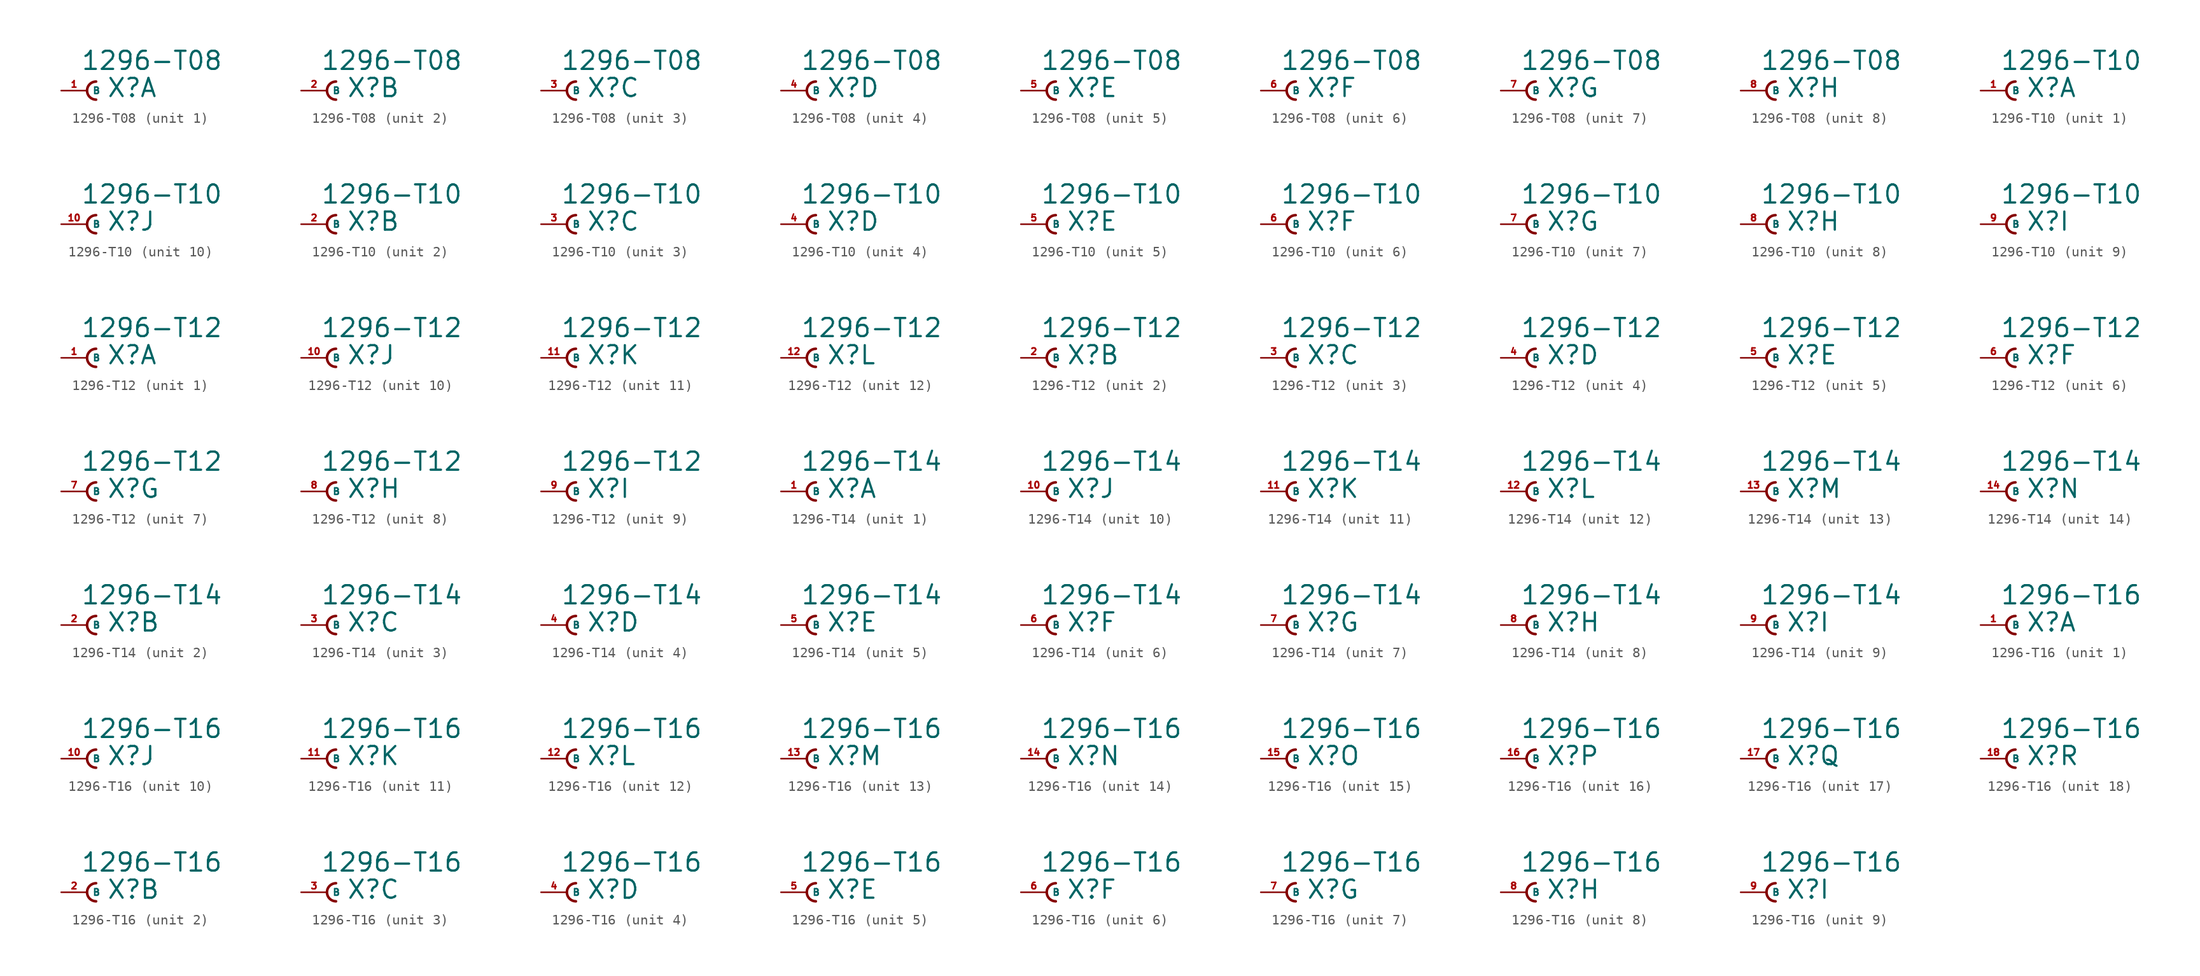
<source format=kicad_sym>
(kicad_symbol_lib
  (version 20220914)
  (generator Eagle2Kicad)
  (symbol "1296-T08"
    (property "Reference" "X"
      (at 1.905 -0.762 0)
      (effects (font (size 1.778 1.778) (thickness 0.22)) (justify left bottom)))
    (property "Value" "1296-T08"
      (at -0.635 1.905 0)
      (effects (font (size 1.778 1.778) (thickness 0.22)) (justify left bottom)))
    (symbol "1296-T08_1_0"
      (arc (start 0.889 0.889) (mid 0.000 0.000) (end 0.889 -0.889) (stroke (width 0.254) (type default)) (fill (type none)))
      (pin passive line (at -2.54 0 0) (length 2.54) (name "B" (effects (font (size 0.635 0.635) (thickness 0.08)) (justify left bottom))) (number "1" (effects (font (size 0.635 0.635) (thickness 0.08)) (justify left bottom)))))
    (symbol "1296-T08_2_0"
      (arc (start 0.889 0.889) (mid 0.000 0.000) (end 0.889 -0.889) (stroke (width 0.254) (type default)) (fill (type none)))
      (pin passive line (at -2.54 0 0) (length 2.54) (name "B" (effects (font (size 0.635 0.635) (thickness 0.08)) (justify left bottom))) (number "2" (effects (font (size 0.635 0.635) (thickness 0.08)) (justify left bottom)))))
    (symbol "1296-T08_3_0"
      (arc (start 0.889 0.889) (mid 0.000 0.000) (end 0.889 -0.889) (stroke (width 0.254) (type default)) (fill (type none)))
      (pin passive line (at -2.54 0 0) (length 2.54) (name "B" (effects (font (size 0.635 0.635) (thickness 0.08)) (justify left bottom))) (number "3" (effects (font (size 0.635 0.635) (thickness 0.08)) (justify left bottom)))))
    (symbol "1296-T08_4_0"
      (arc (start 0.889 0.889) (mid 0.000 0.000) (end 0.889 -0.889) (stroke (width 0.254) (type default)) (fill (type none)))
      (pin passive line (at -2.54 0 0) (length 2.54) (name "B" (effects (font (size 0.635 0.635) (thickness 0.08)) (justify left bottom))) (number "4" (effects (font (size 0.635 0.635) (thickness 0.08)) (justify left bottom)))))
    (symbol "1296-T08_5_0"
      (arc (start 0.889 0.889) (mid 0.000 0.000) (end 0.889 -0.889) (stroke (width 0.254) (type default)) (fill (type none)))
      (pin passive line (at -2.54 0 0) (length 2.54) (name "B" (effects (font (size 0.635 0.635) (thickness 0.08)) (justify left bottom))) (number "5" (effects (font (size 0.635 0.635) (thickness 0.08)) (justify left bottom)))))
    (symbol "1296-T08_6_0"
      (arc (start 0.889 0.889) (mid 0.000 0.000) (end 0.889 -0.889) (stroke (width 0.254) (type default)) (fill (type none)))
      (pin passive line (at -2.54 0 0) (length 2.54) (name "B" (effects (font (size 0.635 0.635) (thickness 0.08)) (justify left bottom))) (number "6" (effects (font (size 0.635 0.635) (thickness 0.08)) (justify left bottom)))))
    (symbol "1296-T08_7_0"
      (arc (start 0.889 0.889) (mid 0.000 0.000) (end 0.889 -0.889) (stroke (width 0.254) (type default)) (fill (type none)))
      (pin passive line (at -2.54 0 0) (length 2.54) (name "B" (effects (font (size 0.635 0.635) (thickness 0.08)) (justify left bottom))) (number "7" (effects (font (size 0.635 0.635) (thickness 0.08)) (justify left bottom)))))
    (symbol "1296-T08_8_0"
      (arc (start 0.889 0.889) (mid 0.000 0.000) (end 0.889 -0.889) (stroke (width 0.254) (type default)) (fill (type none)))
      (pin passive line (at -2.54 0 0) (length 2.54) (name "B" (effects (font (size 0.635 0.635) (thickness 0.08)) (justify left bottom))) (number "8" (effects (font (size 0.635 0.635) (thickness 0.08)) (justify left bottom))))))
  (symbol "1296-T10"
    (property "Reference" "X"
      (at 1.905 -0.762 0)
      (effects (font (size 1.778 1.778) (thickness 0.22)) (justify left bottom)))
    (property "Value" "1296-T10"
      (at -0.635 1.905 0)
      (effects (font (size 1.778 1.778) (thickness 0.22)) (justify left bottom)))
    (symbol "1296-T10_1_0"
      (arc (start 0.889 0.889) (mid 0.000 0.000) (end 0.889 -0.889) (stroke (width 0.254) (type default)) (fill (type none)))
      (pin passive line (at -2.54 0 0) (length 2.54) (name "B" (effects (font (size 0.635 0.635) (thickness 0.08)) (justify left bottom))) (number "1" (effects (font (size 0.635 0.635) (thickness 0.08)) (justify left bottom)))))
    (symbol "1296-T10_2_0"
      (arc (start 0.889 0.889) (mid 0.000 0.000) (end 0.889 -0.889) (stroke (width 0.254) (type default)) (fill (type none)))
      (pin passive line (at -2.54 0 0) (length 2.54) (name "B" (effects (font (size 0.635 0.635) (thickness 0.08)) (justify left bottom))) (number "2" (effects (font (size 0.635 0.635) (thickness 0.08)) (justify left bottom)))))
    (symbol "1296-T10_3_0"
      (arc (start 0.889 0.889) (mid 0.000 0.000) (end 0.889 -0.889) (stroke (width 0.254) (type default)) (fill (type none)))
      (pin passive line (at -2.54 0 0) (length 2.54) (name "B" (effects (font (size 0.635 0.635) (thickness 0.08)) (justify left bottom))) (number "3" (effects (font (size 0.635 0.635) (thickness 0.08)) (justify left bottom)))))
    (symbol "1296-T10_4_0"
      (arc (start 0.889 0.889) (mid 0.000 0.000) (end 0.889 -0.889) (stroke (width 0.254) (type default)) (fill (type none)))
      (pin passive line (at -2.54 0 0) (length 2.54) (name "B" (effects (font (size 0.635 0.635) (thickness 0.08)) (justify left bottom))) (number "4" (effects (font (size 0.635 0.635) (thickness 0.08)) (justify left bottom)))))
    (symbol "1296-T10_5_0"
      (arc (start 0.889 0.889) (mid 0.000 0.000) (end 0.889 -0.889) (stroke (width 0.254) (type default)) (fill (type none)))
      (pin passive line (at -2.54 0 0) (length 2.54) (name "B" (effects (font (size 0.635 0.635) (thickness 0.08)) (justify left bottom))) (number "5" (effects (font (size 0.635 0.635) (thickness 0.08)) (justify left bottom)))))
    (symbol "1296-T10_6_0"
      (arc (start 0.889 0.889) (mid 0.000 0.000) (end 0.889 -0.889) (stroke (width 0.254) (type default)) (fill (type none)))
      (pin passive line (at -2.54 0 0) (length 2.54) (name "B" (effects (font (size 0.635 0.635) (thickness 0.08)) (justify left bottom))) (number "6" (effects (font (size 0.635 0.635) (thickness 0.08)) (justify left bottom)))))
    (symbol "1296-T10_7_0"
      (arc (start 0.889 0.889) (mid 0.000 0.000) (end 0.889 -0.889) (stroke (width 0.254) (type default)) (fill (type none)))
      (pin passive line (at -2.54 0 0) (length 2.54) (name "B" (effects (font (size 0.635 0.635) (thickness 0.08)) (justify left bottom))) (number "7" (effects (font (size 0.635 0.635) (thickness 0.08)) (justify left bottom)))))
    (symbol "1296-T10_8_0"
      (arc (start 0.889 0.889) (mid 0.000 0.000) (end 0.889 -0.889) (stroke (width 0.254) (type default)) (fill (type none)))
      (pin passive line (at -2.54 0 0) (length 2.54) (name "B" (effects (font (size 0.635 0.635) (thickness 0.08)) (justify left bottom))) (number "8" (effects (font (size 0.635 0.635) (thickness 0.08)) (justify left bottom)))))
    (symbol "1296-T10_9_0"
      (arc (start 0.889 0.889) (mid 0.000 0.000) (end 0.889 -0.889) (stroke (width 0.254) (type default)) (fill (type none)))
      (pin passive line (at -2.54 0 0) (length 2.54) (name "B" (effects (font (size 0.635 0.635) (thickness 0.08)) (justify left bottom))) (number "9" (effects (font (size 0.635 0.635) (thickness 0.08)) (justify left bottom)))))
    (symbol "1296-T10_10_0"
      (arc (start 0.889 0.889) (mid 0.000 0.000) (end 0.889 -0.889) (stroke (width 0.254) (type default)) (fill (type none)))
      (pin passive line (at -2.54 0 0) (length 2.54) (name "B" (effects (font (size 0.635 0.635) (thickness 0.08)) (justify left bottom))) (number "10" (effects (font (size 0.635 0.635) (thickness 0.08)) (justify left bottom))))))
  (symbol "1296-T12"
    (property "Reference" "X"
      (at 1.905 -0.762 0)
      (effects (font (size 1.778 1.778) (thickness 0.22)) (justify left bottom)))
    (property "Value" "1296-T12"
      (at -0.635 1.905 0)
      (effects (font (size 1.778 1.778) (thickness 0.22)) (justify left bottom)))
    (symbol "1296-T12_1_0"
      (arc (start 0.889 0.889) (mid 0.000 0.000) (end 0.889 -0.889) (stroke (width 0.254) (type default)) (fill (type none)))
      (pin passive line (at -2.54 0 0) (length 2.54) (name "B" (effects (font (size 0.635 0.635) (thickness 0.08)) (justify left bottom))) (number "1" (effects (font (size 0.635 0.635) (thickness 0.08)) (justify left bottom)))))
    (symbol "1296-T12_2_0"
      (arc (start 0.889 0.889) (mid 0.000 0.000) (end 0.889 -0.889) (stroke (width 0.254) (type default)) (fill (type none)))
      (pin passive line (at -2.54 0 0) (length 2.54) (name "B" (effects (font (size 0.635 0.635) (thickness 0.08)) (justify left bottom))) (number "2" (effects (font (size 0.635 0.635) (thickness 0.08)) (justify left bottom)))))
    (symbol "1296-T12_3_0"
      (arc (start 0.889 0.889) (mid 0.000 0.000) (end 0.889 -0.889) (stroke (width 0.254) (type default)) (fill (type none)))
      (pin passive line (at -2.54 0 0) (length 2.54) (name "B" (effects (font (size 0.635 0.635) (thickness 0.08)) (justify left bottom))) (number "3" (effects (font (size 0.635 0.635) (thickness 0.08)) (justify left bottom)))))
    (symbol "1296-T12_4_0"
      (arc (start 0.889 0.889) (mid 0.000 0.000) (end 0.889 -0.889) (stroke (width 0.254) (type default)) (fill (type none)))
      (pin passive line (at -2.54 0 0) (length 2.54) (name "B" (effects (font (size 0.635 0.635) (thickness 0.08)) (justify left bottom))) (number "4" (effects (font (size 0.635 0.635) (thickness 0.08)) (justify left bottom)))))
    (symbol "1296-T12_5_0"
      (arc (start 0.889 0.889) (mid 0.000 0.000) (end 0.889 -0.889) (stroke (width 0.254) (type default)) (fill (type none)))
      (pin passive line (at -2.54 0 0) (length 2.54) (name "B" (effects (font (size 0.635 0.635) (thickness 0.08)) (justify left bottom))) (number "5" (effects (font (size 0.635 0.635) (thickness 0.08)) (justify left bottom)))))
    (symbol "1296-T12_6_0"
      (arc (start 0.889 0.889) (mid 0.000 0.000) (end 0.889 -0.889) (stroke (width 0.254) (type default)) (fill (type none)))
      (pin passive line (at -2.54 0 0) (length 2.54) (name "B" (effects (font (size 0.635 0.635) (thickness 0.08)) (justify left bottom))) (number "6" (effects (font (size 0.635 0.635) (thickness 0.08)) (justify left bottom)))))
    (symbol "1296-T12_7_0"
      (arc (start 0.889 0.889) (mid 0.000 0.000) (end 0.889 -0.889) (stroke (width 0.254) (type default)) (fill (type none)))
      (pin passive line (at -2.54 0 0) (length 2.54) (name "B" (effects (font (size 0.635 0.635) (thickness 0.08)) (justify left bottom))) (number "7" (effects (font (size 0.635 0.635) (thickness 0.08)) (justify left bottom)))))
    (symbol "1296-T12_8_0"
      (arc (start 0.889 0.889) (mid 0.000 0.000) (end 0.889 -0.889) (stroke (width 0.254) (type default)) (fill (type none)))
      (pin passive line (at -2.54 0 0) (length 2.54) (name "B" (effects (font (size 0.635 0.635) (thickness 0.08)) (justify left bottom))) (number "8" (effects (font (size 0.635 0.635) (thickness 0.08)) (justify left bottom)))))
    (symbol "1296-T12_9_0"
      (arc (start 0.889 0.889) (mid 0.000 0.000) (end 0.889 -0.889) (stroke (width 0.254) (type default)) (fill (type none)))
      (pin passive line (at -2.54 0 0) (length 2.54) (name "B" (effects (font (size 0.635 0.635) (thickness 0.08)) (justify left bottom))) (number "9" (effects (font (size 0.635 0.635) (thickness 0.08)) (justify left bottom)))))
    (symbol "1296-T12_10_0"
      (arc (start 0.889 0.889) (mid 0.000 0.000) (end 0.889 -0.889) (stroke (width 0.254) (type default)) (fill (type none)))
      (pin passive line (at -2.54 0 0) (length 2.54) (name "B" (effects (font (size 0.635 0.635) (thickness 0.08)) (justify left bottom))) (number "10" (effects (font (size 0.635 0.635) (thickness 0.08)) (justify left bottom)))))
    (symbol "1296-T12_11_0"
      (arc (start 0.889 0.889) (mid 0.000 0.000) (end 0.889 -0.889) (stroke (width 0.254) (type default)) (fill (type none)))
      (pin passive line (at -2.54 0 0) (length 2.54) (name "B" (effects (font (size 0.635 0.635) (thickness 0.08)) (justify left bottom))) (number "11" (effects (font (size 0.635 0.635) (thickness 0.08)) (justify left bottom)))))
    (symbol "1296-T12_12_0"
      (arc (start 0.889 0.889) (mid 0.000 0.000) (end 0.889 -0.889) (stroke (width 0.254) (type default)) (fill (type none)))
      (pin passive line (at -2.54 0 0) (length 2.54) (name "B" (effects (font (size 0.635 0.635) (thickness 0.08)) (justify left bottom))) (number "12" (effects (font (size 0.635 0.635) (thickness 0.08)) (justify left bottom))))))
  (symbol "1296-T14"
    (property "Reference" "X"
      (at 1.905 -0.762 0)
      (effects (font (size 1.778 1.778) (thickness 0.22)) (justify left bottom)))
    (property "Value" "1296-T14"
      (at -0.635 1.905 0)
      (effects (font (size 1.778 1.778) (thickness 0.22)) (justify left bottom)))
    (symbol "1296-T14_1_0"
      (arc (start 0.889 0.889) (mid 0.000 0.000) (end 0.889 -0.889) (stroke (width 0.254) (type default)) (fill (type none)))
      (pin passive line (at -2.54 0 0) (length 2.54) (name "B" (effects (font (size 0.635 0.635) (thickness 0.08)) (justify left bottom))) (number "1" (effects (font (size 0.635 0.635) (thickness 0.08)) (justify left bottom)))))
    (symbol "1296-T14_2_0"
      (arc (start 0.889 0.889) (mid 0.000 0.000) (end 0.889 -0.889) (stroke (width 0.254) (type default)) (fill (type none)))
      (pin passive line (at -2.54 0 0) (length 2.54) (name "B" (effects (font (size 0.635 0.635) (thickness 0.08)) (justify left bottom))) (number "2" (effects (font (size 0.635 0.635) (thickness 0.08)) (justify left bottom)))))
    (symbol "1296-T14_3_0"
      (arc (start 0.889 0.889) (mid 0.000 0.000) (end 0.889 -0.889) (stroke (width 0.254) (type default)) (fill (type none)))
      (pin passive line (at -2.54 0 0) (length 2.54) (name "B" (effects (font (size 0.635 0.635) (thickness 0.08)) (justify left bottom))) (number "3" (effects (font (size 0.635 0.635) (thickness 0.08)) (justify left bottom)))))
    (symbol "1296-T14_4_0"
      (arc (start 0.889 0.889) (mid 0.000 0.000) (end 0.889 -0.889) (stroke (width 0.254) (type default)) (fill (type none)))
      (pin passive line (at -2.54 0 0) (length 2.54) (name "B" (effects (font (size 0.635 0.635) (thickness 0.08)) (justify left bottom))) (number "4" (effects (font (size 0.635 0.635) (thickness 0.08)) (justify left bottom)))))
    (symbol "1296-T14_5_0"
      (arc (start 0.889 0.889) (mid 0.000 0.000) (end 0.889 -0.889) (stroke (width 0.254) (type default)) (fill (type none)))
      (pin passive line (at -2.54 0 0) (length 2.54) (name "B" (effects (font (size 0.635 0.635) (thickness 0.08)) (justify left bottom))) (number "5" (effects (font (size 0.635 0.635) (thickness 0.08)) (justify left bottom)))))
    (symbol "1296-T14_6_0"
      (arc (start 0.889 0.889) (mid 0.000 0.000) (end 0.889 -0.889) (stroke (width 0.254) (type default)) (fill (type none)))
      (pin passive line (at -2.54 0 0) (length 2.54) (name "B" (effects (font (size 0.635 0.635) (thickness 0.08)) (justify left bottom))) (number "6" (effects (font (size 0.635 0.635) (thickness 0.08)) (justify left bottom)))))
    (symbol "1296-T14_7_0"
      (arc (start 0.889 0.889) (mid 0.000 0.000) (end 0.889 -0.889) (stroke (width 0.254) (type default)) (fill (type none)))
      (pin passive line (at -2.54 0 0) (length 2.54) (name "B" (effects (font (size 0.635 0.635) (thickness 0.08)) (justify left bottom))) (number "7" (effects (font (size 0.635 0.635) (thickness 0.08)) (justify left bottom)))))
    (symbol "1296-T14_8_0"
      (arc (start 0.889 0.889) (mid 0.000 0.000) (end 0.889 -0.889) (stroke (width 0.254) (type default)) (fill (type none)))
      (pin passive line (at -2.54 0 0) (length 2.54) (name "B" (effects (font (size 0.635 0.635) (thickness 0.08)) (justify left bottom))) (number "8" (effects (font (size 0.635 0.635) (thickness 0.08)) (justify left bottom)))))
    (symbol "1296-T14_9_0"
      (arc (start 0.889 0.889) (mid 0.000 0.000) (end 0.889 -0.889) (stroke (width 0.254) (type default)) (fill (type none)))
      (pin passive line (at -2.54 0 0) (length 2.54) (name "B" (effects (font (size 0.635 0.635) (thickness 0.08)) (justify left bottom))) (number "9" (effects (font (size 0.635 0.635) (thickness 0.08)) (justify left bottom)))))
    (symbol "1296-T14_10_0"
      (arc (start 0.889 0.889) (mid 0.000 0.000) (end 0.889 -0.889) (stroke (width 0.254) (type default)) (fill (type none)))
      (pin passive line (at -2.54 0 0) (length 2.54) (name "B" (effects (font (size 0.635 0.635) (thickness 0.08)) (justify left bottom))) (number "10" (effects (font (size 0.635 0.635) (thickness 0.08)) (justify left bottom)))))
    (symbol "1296-T14_11_0"
      (arc (start 0.889 0.889) (mid 0.000 0.000) (end 0.889 -0.889) (stroke (width 0.254) (type default)) (fill (type none)))
      (pin passive line (at -2.54 0 0) (length 2.54) (name "B" (effects (font (size 0.635 0.635) (thickness 0.08)) (justify left bottom))) (number "11" (effects (font (size 0.635 0.635) (thickness 0.08)) (justify left bottom)))))
    (symbol "1296-T14_12_0"
      (arc (start 0.889 0.889) (mid 0.000 0.000) (end 0.889 -0.889) (stroke (width 0.254) (type default)) (fill (type none)))
      (pin passive line (at -2.54 0 0) (length 2.54) (name "B" (effects (font (size 0.635 0.635) (thickness 0.08)) (justify left bottom))) (number "12" (effects (font (size 0.635 0.635) (thickness 0.08)) (justify left bottom)))))
    (symbol "1296-T14_13_0"
      (arc (start 0.889 0.889) (mid 0.000 0.000) (end 0.889 -0.889) (stroke (width 0.254) (type default)) (fill (type none)))
      (pin passive line (at -2.54 0 0) (length 2.54) (name "B" (effects (font (size 0.635 0.635) (thickness 0.08)) (justify left bottom))) (number "13" (effects (font (size 0.635 0.635) (thickness 0.08)) (justify left bottom)))))
    (symbol "1296-T14_14_0"
      (arc (start 0.889 0.889) (mid 0.000 0.000) (end 0.889 -0.889) (stroke (width 0.254) (type default)) (fill (type none)))
      (pin passive line (at -2.54 0 0) (length 2.54) (name "B" (effects (font (size 0.635 0.635) (thickness 0.08)) (justify left bottom))) (number "14" (effects (font (size 0.635 0.635) (thickness 0.08)) (justify left bottom))))))
  (symbol "1296-T16"
    (property "Reference" "X"
      (at 1.905 -0.762 0)
      (effects (font (size 1.778 1.778) (thickness 0.22)) (justify left bottom)))
    (property "Value" "1296-T16"
      (at -0.635 1.905 0)
      (effects (font (size 1.778 1.778) (thickness 0.22)) (justify left bottom)))
    (symbol "1296-T16_1_0"
      (arc (start 0.889 0.889) (mid 0.000 0.000) (end 0.889 -0.889) (stroke (width 0.254) (type default)) (fill (type none)))
      (pin passive line (at -2.54 0 0) (length 2.54) (name "B" (effects (font (size 0.635 0.635) (thickness 0.08)) (justify left bottom))) (number "1" (effects (font (size 0.635 0.635) (thickness 0.08)) (justify left bottom)))))
    (symbol "1296-T16_2_0"
      (arc (start 0.889 0.889) (mid 0.000 0.000) (end 0.889 -0.889) (stroke (width 0.254) (type default)) (fill (type none)))
      (pin passive line (at -2.54 0 0) (length 2.54) (name "B" (effects (font (size 0.635 0.635) (thickness 0.08)) (justify left bottom))) (number "2" (effects (font (size 0.635 0.635) (thickness 0.08)) (justify left bottom)))))
    (symbol "1296-T16_3_0"
      (arc (start 0.889 0.889) (mid 0.000 0.000) (end 0.889 -0.889) (stroke (width 0.254) (type default)) (fill (type none)))
      (pin passive line (at -2.54 0 0) (length 2.54) (name "B" (effects (font (size 0.635 0.635) (thickness 0.08)) (justify left bottom))) (number "3" (effects (font (size 0.635 0.635) (thickness 0.08)) (justify left bottom)))))
    (symbol "1296-T16_4_0"
      (arc (start 0.889 0.889) (mid 0.000 0.000) (end 0.889 -0.889) (stroke (width 0.254) (type default)) (fill (type none)))
      (pin passive line (at -2.54 0 0) (length 2.54) (name "B" (effects (font (size 0.635 0.635) (thickness 0.08)) (justify left bottom))) (number "4" (effects (font (size 0.635 0.635) (thickness 0.08)) (justify left bottom)))))
    (symbol "1296-T16_5_0"
      (arc (start 0.889 0.889) (mid 0.000 0.000) (end 0.889 -0.889) (stroke (width 0.254) (type default)) (fill (type none)))
      (pin passive line (at -2.54 0 0) (length 2.54) (name "B" (effects (font (size 0.635 0.635) (thickness 0.08)) (justify left bottom))) (number "5" (effects (font (size 0.635 0.635) (thickness 0.08)) (justify left bottom)))))
    (symbol "1296-T16_6_0"
      (arc (start 0.889 0.889) (mid 0.000 0.000) (end 0.889 -0.889) (stroke (width 0.254) (type default)) (fill (type none)))
      (pin passive line (at -2.54 0 0) (length 2.54) (name "B" (effects (font (size 0.635 0.635) (thickness 0.08)) (justify left bottom))) (number "6" (effects (font (size 0.635 0.635) (thickness 0.08)) (justify left bottom)))))
    (symbol "1296-T16_7_0"
      (arc (start 0.889 0.889) (mid 0.000 0.000) (end 0.889 -0.889) (stroke (width 0.254) (type default)) (fill (type none)))
      (pin passive line (at -2.54 0 0) (length 2.54) (name "B" (effects (font (size 0.635 0.635) (thickness 0.08)) (justify left bottom))) (number "7" (effects (font (size 0.635 0.635) (thickness 0.08)) (justify left bottom)))))
    (symbol "1296-T16_8_0"
      (arc (start 0.889 0.889) (mid 0.000 0.000) (end 0.889 -0.889) (stroke (width 0.254) (type default)) (fill (type none)))
      (pin passive line (at -2.54 0 0) (length 2.54) (name "B" (effects (font (size 0.635 0.635) (thickness 0.08)) (justify left bottom))) (number "8" (effects (font (size 0.635 0.635) (thickness 0.08)) (justify left bottom)))))
    (symbol "1296-T16_9_0"
      (arc (start 0.889 0.889) (mid 0.000 0.000) (end 0.889 -0.889) (stroke (width 0.254) (type default)) (fill (type none)))
      (pin passive line (at -2.54 0 0) (length 2.54) (name "B" (effects (font (size 0.635 0.635) (thickness 0.08)) (justify left bottom))) (number "9" (effects (font (size 0.635 0.635) (thickness 0.08)) (justify left bottom)))))
    (symbol "1296-T16_10_0"
      (arc (start 0.889 0.889) (mid 0.000 0.000) (end 0.889 -0.889) (stroke (width 0.254) (type default)) (fill (type none)))
      (pin passive line (at -2.54 0 0) (length 2.54) (name "B" (effects (font (size 0.635 0.635) (thickness 0.08)) (justify left bottom))) (number "10" (effects (font (size 0.635 0.635) (thickness 0.08)) (justify left bottom)))))
    (symbol "1296-T16_11_0"
      (arc (start 0.889 0.889) (mid 0.000 0.000) (end 0.889 -0.889) (stroke (width 0.254) (type default)) (fill (type none)))
      (pin passive line (at -2.54 0 0) (length 2.54) (name "B" (effects (font (size 0.635 0.635) (thickness 0.08)) (justify left bottom))) (number "11" (effects (font (size 0.635 0.635) (thickness 0.08)) (justify left bottom)))))
    (symbol "1296-T16_12_0"
      (arc (start 0.889 0.889) (mid 0.000 0.000) (end 0.889 -0.889) (stroke (width 0.254) (type default)) (fill (type none)))
      (pin passive line (at -2.54 0 0) (length 2.54) (name "B" (effects (font (size 0.635 0.635) (thickness 0.08)) (justify left bottom))) (number "12" (effects (font (size 0.635 0.635) (thickness 0.08)) (justify left bottom)))))
    (symbol "1296-T16_13_0"
      (arc (start 0.889 0.889) (mid 0.000 0.000) (end 0.889 -0.889) (stroke (width 0.254) (type default)) (fill (type none)))
      (pin passive line (at -2.54 0 0) (length 2.54) (name "B" (effects (font (size 0.635 0.635) (thickness 0.08)) (justify left bottom))) (number "13" (effects (font (size 0.635 0.635) (thickness 0.08)) (justify left bottom)))))
    (symbol "1296-T16_14_0"
      (arc (start 0.889 0.889) (mid 0.000 0.000) (end 0.889 -0.889) (stroke (width 0.254) (type default)) (fill (type none)))
      (pin passive line (at -2.54 0 0) (length 2.54) (name "B" (effects (font (size 0.635 0.635) (thickness 0.08)) (justify left bottom))) (number "14" (effects (font (size 0.635 0.635) (thickness 0.08)) (justify left bottom)))))
    (symbol "1296-T16_15_0"
      (arc (start 0.889 0.889) (mid 0.000 0.000) (end 0.889 -0.889) (stroke (width 0.254) (type default)) (fill (type none)))
      (pin passive line (at -2.54 0 0) (length 2.54) (name "B" (effects (font (size 0.635 0.635) (thickness 0.08)) (justify left bottom))) (number "15" (effects (font (size 0.635 0.635) (thickness 0.08)) (justify left bottom)))))
    (symbol "1296-T16_16_0"
      (arc (start 0.889 0.889) (mid 0.000 0.000) (end 0.889 -0.889) (stroke (width 0.254) (type default)) (fill (type none)))
      (pin passive line (at -2.54 0 0) (length 2.54) (name "B" (effects (font (size 0.635 0.635) (thickness 0.08)) (justify left bottom))) (number "16" (effects (font (size 0.635 0.635) (thickness 0.08)) (justify left bottom)))))
    (symbol "1296-T16_17_0"
      (arc (start 0.889 0.889) (mid 0.000 0.000) (end 0.889 -0.889) (stroke (width 0.254) (type default)) (fill (type none)))
      (pin passive line (at -2.54 0 0) (length 2.54) (name "B" (effects (font (size 0.635 0.635) (thickness 0.08)) (justify left bottom))) (number "17" (effects (font (size 0.635 0.635) (thickness 0.08)) (justify left bottom)))))
    (symbol "1296-T16_18_0"
      (arc (start 0.889 0.889) (mid 0.000 0.000) (end 0.889 -0.889) (stroke (width 0.254) (type default)) (fill (type none)))
      (pin passive line (at -2.54 0 0) (length 2.54) (name "B" (effects (font (size 0.635 0.635) (thickness 0.08)) (justify left bottom))) (number "18" (effects (font (size 0.635 0.635) (thickness 0.08)) (justify left bottom)))))))
</source>
